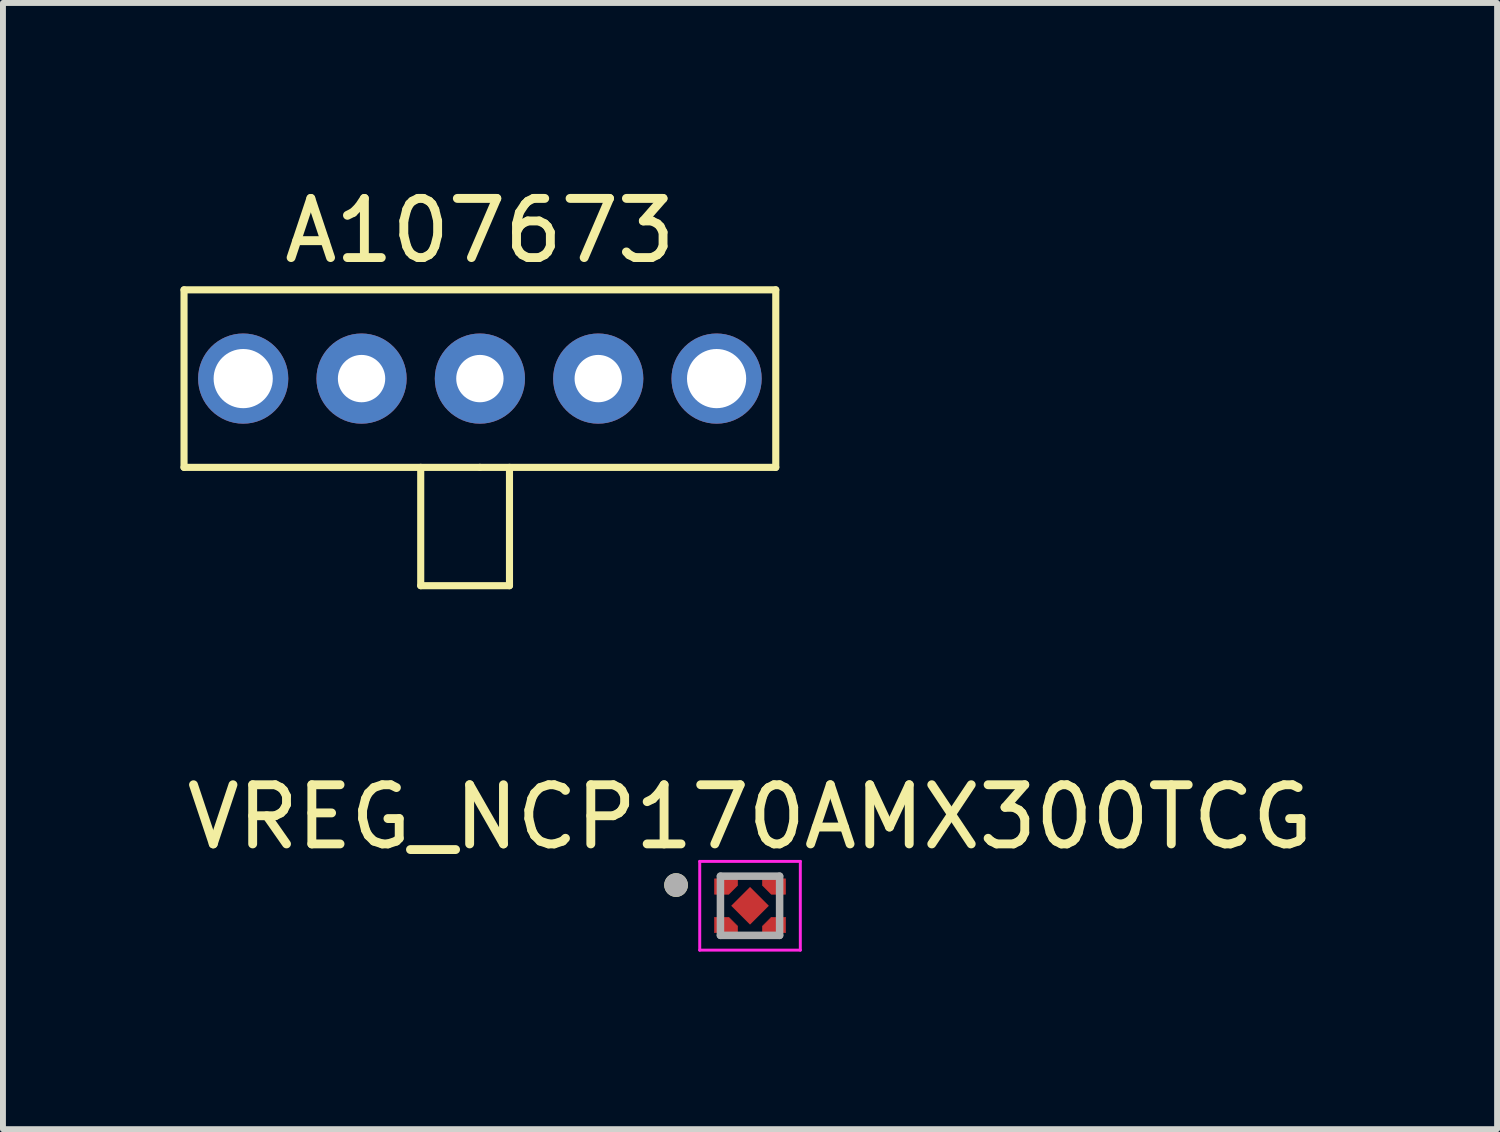
<source format=kicad_pcb>
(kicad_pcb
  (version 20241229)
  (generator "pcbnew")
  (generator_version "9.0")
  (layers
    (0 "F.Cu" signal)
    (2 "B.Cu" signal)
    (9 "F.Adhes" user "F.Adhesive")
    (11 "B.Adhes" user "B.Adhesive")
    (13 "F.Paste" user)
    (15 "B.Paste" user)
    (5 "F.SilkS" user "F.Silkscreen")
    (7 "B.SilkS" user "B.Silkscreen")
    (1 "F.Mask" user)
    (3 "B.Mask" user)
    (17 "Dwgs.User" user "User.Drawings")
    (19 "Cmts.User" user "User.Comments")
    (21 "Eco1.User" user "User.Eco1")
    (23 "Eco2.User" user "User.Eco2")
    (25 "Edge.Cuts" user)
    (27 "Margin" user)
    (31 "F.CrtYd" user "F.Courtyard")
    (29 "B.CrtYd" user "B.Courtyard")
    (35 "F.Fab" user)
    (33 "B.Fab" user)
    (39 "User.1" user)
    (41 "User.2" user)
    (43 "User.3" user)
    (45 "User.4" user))
  (footprint "A107673"
    (layer "F.Cu")
    (at 5.06 0.348)
    (property "Reference" "A107673" (at 0 0.5 180) (layer "F.SilkS") (effects (font (size 1 1) (thickness 0.15))))
    (attr through_hole)
    (fp_line (start -5 1.5) (end 5 1.5) (stroke (width 0.12) (type solid)) (layer "F.SilkS"))
    (fp_line (start -5 4.5) (end -5 1.5) (stroke (width 0.12) (type solid)) (layer "F.SilkS"))
    (fp_line (start -1 4.5) (end -1 6.5) (stroke (width 0.12) (type solid)) (layer "F.SilkS"))
    (fp_line (start -1 6.5) (end 0.5 6.5) (stroke (width 0.12) (type solid)) (layer "F.SilkS"))
    (fp_line (start 0 4.5) (end -5 4.5) (stroke (width 0.12) (type solid)) (layer "F.SilkS"))
    (fp_line (start 0 4.5) (end 5 4.5) (stroke (width 0.12) (type solid)) (layer "F.SilkS"))
    (fp_line (start 0.5 6.5) (end 0.5 4.5) (stroke (width 0.12) (type solid)) (layer "F.SilkS"))
    (fp_line (start 5 4.5) (end 5 1.5) (stroke (width 0.12) (type solid)) (layer "F.SilkS"))
    (pad "1" thru_hole circle (at -2 3) (size 1.524 1.524) (drill 0.8) (layers "*.Cu" "*.Mask"))
    (pad "2" thru_hole circle (at 0 3) (size 1.524 1.524) (drill 0.8) (layers "*.Cu" "*.Mask"))
    (pad "3" thru_hole circle (at 2 3) (size 1.524 1.524) (drill 0.8) (layers "*.Cu" "*.Mask"))
    (pad "4" thru_hole circle (at 4 3) (size 1.524 1.524) (drill 1) (layers "*.Cu" "*.Mask"))
    (pad "5" thru_hole circle (at -4 3) (size 1.524 1.524) (drill 1) (layers "*.Cu" "*.Mask")))
  (footprint "VREG_NCP170AMX300TCG"
    (layer "F.Cu")
    (at 9.625 12.257)
    (property "Reference" "VREG_NCP170AMX300TCG" (at 0 -1.5 0) (layer "F.SilkS") (effects (font (size 1 1) (thickness 0.15))))
    (attr through_hole)
    (fp_poly (pts (xy -0.6 -0.455) (xy -0.21 -0.455) (xy -0.21 -0.345) (xy -0.36 -0.195) (xy -0.6 -0.195)) (stroke (width 0.01) (type solid)) (fill yes) (layer "F.Cu"))
    (fp_poly (pts (xy -0.6 0.455) (xy -0.21 0.455) (xy -0.21 0.345) (xy -0.36 0.195) (xy -0.6 0.195)) (stroke (width 0.01) (type solid)) (fill yes) (layer "F.Cu"))
    (fp_poly (pts (xy 0.6 -0.455) (xy 0.21 -0.455) (xy 0.21 -0.345) (xy 0.36 -0.195) (xy 0.6 -0.195)) (stroke (width 0.01) (type solid)) (fill yes) (layer "F.Cu"))
    (fp_poly (pts (xy 0.6 0.455) (xy 0.21 0.455) (xy 0.21 0.345) (xy 0.36 0.195) (xy 0.6 0.195)) (stroke (width 0.01) (type solid)) (fill yes) (layer "F.Cu"))
    (fp_poly (pts (xy -0.65 -0.505) (xy -0.16 -0.505) (xy -0.16 -0.32) (xy -0.335 -0.145) (xy -0.65 -0.145)) (stroke (width 0.01) (type solid)) (fill yes) (layer "F.Mask"))
    (fp_poly (pts (xy -0.65 0.505) (xy -0.16 0.505) (xy -0.16 0.32) (xy -0.335 0.145) (xy -0.65 0.145)) (stroke (width 0.01) (type solid)) (fill yes) (layer "F.Mask"))
    (fp_poly (pts (xy 0.65 -0.505) (xy 0.16 -0.505) (xy 0.16 -0.32) (xy 0.335 -0.145) (xy 0.65 -0.145)) (stroke (width 0.01) (type solid)) (fill yes) (layer "F.Mask"))
    (fp_poly (pts (xy 0.65 0.505) (xy 0.16 0.505) (xy 0.16 0.32) (xy 0.335 0.145) (xy 0.65 0.145)) (stroke (width 0.01) (type solid)) (fill yes) (layer "F.Mask"))
    (fp_circle (center -1.25 -0.35) (end -1.15 -0.35) (stroke (width 0.2) (type solid)) (fill no) (layer "F.SilkS"))
    (fp_poly (pts (xy -0.6 -0.455) (xy -0.21 -0.455) (xy -0.21 -0.345) (xy -0.36 -0.195) (xy -0.6 -0.195)) (stroke (width 0.01) (type solid)) (fill yes) (layer "F.Paste"))
    (fp_poly (pts (xy -0.6 0.455) (xy -0.21 0.455) (xy -0.21 0.345) (xy -0.36 0.195) (xy -0.6 0.195)) (stroke (width 0.01) (type solid)) (fill yes) (layer "F.Paste"))
    (fp_poly (pts (xy 0.6 -0.455) (xy 0.21 -0.455) (xy 0.21 -0.345) (xy 0.36 -0.195) (xy 0.6 -0.195)) (stroke (width 0.01) (type solid)) (fill yes) (layer "F.Paste"))
    (fp_poly (pts (xy 0.6 0.455) (xy 0.21 0.455) (xy 0.21 0.345) (xy 0.36 0.195) (xy 0.6 0.195)) (stroke (width 0.01) (type solid)) (fill yes) (layer "F.Paste"))
    (fp_line (start -0.85 -0.75) (end 0.85 -0.75) (stroke (width 0.05) (type solid)) (layer "F.CrtYd"))
    (fp_line (start -0.85 0.75) (end -0.85 -0.75) (stroke (width 0.05) (type solid)) (layer "F.CrtYd"))
    (fp_line (start 0.85 -0.75) (end 0.85 0.75) (stroke (width 0.05) (type solid)) (layer "F.CrtYd"))
    (fp_line (start 0.85 0.75) (end -0.85 0.75) (stroke (width 0.05) (type solid)) (layer "F.CrtYd"))
    (fp_line (start -0.5 -0.5) (end -0.5 0.5) (stroke (width 0.127) (type solid)) (layer "F.Fab"))
    (fp_line (start -0.5 0.5) (end 0.5 0.5) (stroke (width 0.127) (type solid)) (layer "F.Fab"))
    (fp_line (start 0.5 -0.5) (end -0.5 -0.5) (stroke (width 0.127) (type solid)) (layer "F.Fab"))
    (fp_line (start 0.5 0.5) (end 0.5 -0.5) (stroke (width 0.127) (type solid)) (layer "F.Fab"))
    (fp_circle (center -1.25 -0.35) (end -1.15 -0.35) (stroke (width 0.2) (type solid)) (fill no) (layer "F.Fab"))
    (pad "1" smd rect (at -0.405 -0.325) (size 0.1 0.1) (layers "F.Cu"))
    (pad "2" smd rect (at -0.405 0.325) (size 0.1 0.1) (layers "F.Cu"))
    (pad "3" smd rect (at 0.405 0.325) (size 0.1 0.1) (layers "F.Cu"))
    (pad "4" smd rect (at 0.405 -0.325) (size 0.1 0.1) (layers "F.Cu"))
    (pad "5" smd rect (at 0 0 45) (size 0.45 0.45) (layers "F.Cu" "F.Mask" "F.Paste")))
  (gr_rect
    (start -3 -3)
    (end 22.25 16.032)
    (stroke (width 0.1) (type default))
    (fill no)
    (layer "Edge.Cuts")))
</source>
